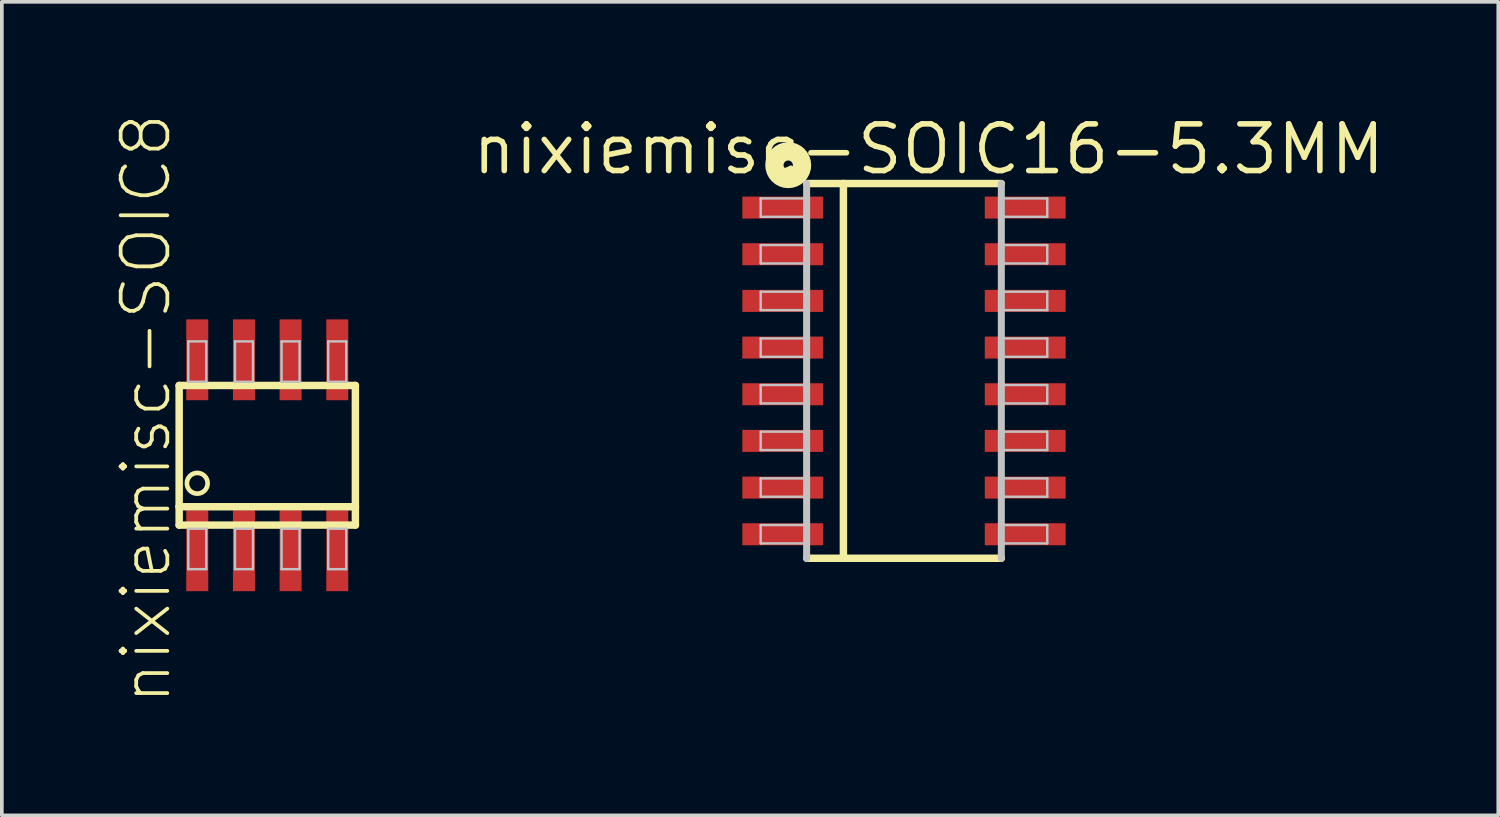
<source format=kicad_pcb>
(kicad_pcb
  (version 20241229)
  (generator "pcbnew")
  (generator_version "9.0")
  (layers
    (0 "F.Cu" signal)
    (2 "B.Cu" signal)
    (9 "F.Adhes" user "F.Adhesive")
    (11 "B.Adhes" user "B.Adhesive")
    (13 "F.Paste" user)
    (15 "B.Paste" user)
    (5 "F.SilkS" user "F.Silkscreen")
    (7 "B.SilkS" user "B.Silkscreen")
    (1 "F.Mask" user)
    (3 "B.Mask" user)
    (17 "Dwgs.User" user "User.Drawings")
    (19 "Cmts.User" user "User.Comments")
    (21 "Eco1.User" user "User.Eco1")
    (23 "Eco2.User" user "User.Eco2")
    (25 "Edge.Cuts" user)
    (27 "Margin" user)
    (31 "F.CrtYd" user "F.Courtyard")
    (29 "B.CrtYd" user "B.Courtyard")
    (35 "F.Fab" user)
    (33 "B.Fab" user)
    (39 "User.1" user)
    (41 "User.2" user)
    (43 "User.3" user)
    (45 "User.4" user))
  (footprint "nixiemisc-SOIC16-5.3MM"
    (layer "F.Cu")
    (at 21.549 7.043)
    (property "Reference" "nixiemisc-SOIC16-5.3MM" (at 0.673 -6.032 0) (layer "F.SilkS") (effects (font (size 1.27 1.27) (thickness 0.152))))
    (attr smd)
    (fp_line (start -2.649 -5.098) (end -1.648 -5.098) (stroke (width 0.203) (type solid)) (layer "F.SilkS"))
    (fp_line (start -1.648 -5.098) (end 2.649 -5.098) (stroke (width 0.203) (type solid)) (layer "F.SilkS"))
    (fp_line (start -1.648 5.098) (end -2.649 5.098) (stroke (width 0.203) (type solid)) (layer "F.SilkS"))
    (fp_line (start -1.648 5.098) (end -1.648 -5.098) (stroke (width 0.203) (type solid)) (layer "F.SilkS"))
    (fp_line (start 2.649 5.098) (end -1.648 5.098) (stroke (width 0.203) (type solid)) (layer "F.SilkS"))
    (fp_circle (center -3.15 -5.598) (end -3.15 -5.725) (stroke (width 0.498) (type solid)) (fill no) (layer "F.SilkS"))
    (fp_line (start -3.899 -4.194) (end -3.899 -4.694) (stroke (width 0.066) (type solid)) (layer "Dwgs.User"))
    (fp_line (start -3.899 -2.924) (end -3.899 -3.424) (stroke (width 0.066) (type solid)) (layer "Dwgs.User"))
    (fp_line (start -3.899 -1.654) (end -3.899 -2.154) (stroke (width 0.066) (type solid)) (layer "Dwgs.User"))
    (fp_line (start -3.899 -0.384) (end -3.899 -0.884) (stroke (width 0.066) (type solid)) (layer "Dwgs.User"))
    (fp_line (start -3.899 0.884) (end -3.899 0.384) (stroke (width 0.066) (type solid)) (layer "Dwgs.User"))
    (fp_line (start -3.899 2.154) (end -3.899 1.654) (stroke (width 0.066) (type solid)) (layer "Dwgs.User"))
    (fp_line (start -3.899 3.424) (end -3.899 2.924) (stroke (width 0.066) (type solid)) (layer "Dwgs.User"))
    (fp_line (start -3.899 4.694) (end -3.899 4.194) (stroke (width 0.066) (type solid)) (layer "Dwgs.User"))
    (fp_line (start -2.649 -5.098) (end -2.649 5.098) (stroke (width 0.191) (type solid)) (layer "Dwgs.User"))
    (fp_line (start -2.649 -4.694) (end -3.899 -4.694) (stroke (width 0.066) (type solid)) (layer "Dwgs.User"))
    (fp_line (start -2.649 -4.194) (end -3.899 -4.194) (stroke (width 0.066) (type solid)) (layer "Dwgs.User"))
    (fp_line (start -2.649 -4.194) (end -2.649 -4.694) (stroke (width 0.066) (type solid)) (layer "Dwgs.User"))
    (fp_line (start -2.649 -3.424) (end -3.899 -3.424) (stroke (width 0.066) (type solid)) (layer "Dwgs.User"))
    (fp_line (start -2.649 -2.924) (end -3.899 -2.924) (stroke (width 0.066) (type solid)) (layer "Dwgs.User"))
    (fp_line (start -2.649 -2.924) (end -2.649 -3.424) (stroke (width 0.066) (type solid)) (layer "Dwgs.User"))
    (fp_line (start -2.649 -2.154) (end -3.899 -2.154) (stroke (width 0.066) (type solid)) (layer "Dwgs.User"))
    (fp_line (start -2.649 -1.654) (end -3.899 -1.654) (stroke (width 0.066) (type solid)) (layer "Dwgs.User"))
    (fp_line (start -2.649 -1.654) (end -2.649 -2.154) (stroke (width 0.066) (type solid)) (layer "Dwgs.User"))
    (fp_line (start -2.649 -0.884) (end -3.899 -0.884) (stroke (width 0.066) (type solid)) (layer "Dwgs.User"))
    (fp_line (start -2.649 -0.384) (end -3.899 -0.384) (stroke (width 0.066) (type solid)) (layer "Dwgs.User"))
    (fp_line (start -2.649 -0.384) (end -2.649 -0.884) (stroke (width 0.066) (type solid)) (layer "Dwgs.User"))
    (fp_line (start -2.649 0.384) (end -3.899 0.384) (stroke (width 0.066) (type solid)) (layer "Dwgs.User"))
    (fp_line (start -2.649 0.884) (end -3.899 0.884) (stroke (width 0.066) (type solid)) (layer "Dwgs.User"))
    (fp_line (start -2.649 0.884) (end -2.649 0.384) (stroke (width 0.066) (type solid)) (layer "Dwgs.User"))
    (fp_line (start -2.649 1.654) (end -3.899 1.654) (stroke (width 0.066) (type solid)) (layer "Dwgs.User"))
    (fp_line (start -2.649 2.154) (end -3.899 2.154) (stroke (width 0.066) (type solid)) (layer "Dwgs.User"))
    (fp_line (start -2.649 2.154) (end -2.649 1.654) (stroke (width 0.066) (type solid)) (layer "Dwgs.User"))
    (fp_line (start -2.649 2.924) (end -3.899 2.924) (stroke (width 0.066) (type solid)) (layer "Dwgs.User"))
    (fp_line (start -2.649 3.424) (end -3.899 3.424) (stroke (width 0.066) (type solid)) (layer "Dwgs.User"))
    (fp_line (start -2.649 3.424) (end -2.649 2.924) (stroke (width 0.066) (type solid)) (layer "Dwgs.User"))
    (fp_line (start -2.649 4.194) (end -3.899 4.194) (stroke (width 0.066) (type solid)) (layer "Dwgs.User"))
    (fp_line (start -2.649 4.694) (end -3.899 4.694) (stroke (width 0.066) (type solid)) (layer "Dwgs.User"))
    (fp_line (start -2.649 4.694) (end -2.649 4.194) (stroke (width 0.066) (type solid)) (layer "Dwgs.User"))
    (fp_line (start 2.649 -5.098) (end 2.649 5.098) (stroke (width 0.191) (type solid)) (layer "Dwgs.User"))
    (fp_line (start 2.649 -4.694) (end 2.649 -4.194) (stroke (width 0.066) (type solid)) (layer "Dwgs.User"))
    (fp_line (start 2.649 -4.694) (end 3.899 -4.694) (stroke (width 0.066) (type solid)) (layer "Dwgs.User"))
    (fp_line (start 2.649 -4.194) (end 3.899 -4.194) (stroke (width 0.066) (type solid)) (layer "Dwgs.User"))
    (fp_line (start 2.649 -3.424) (end 2.649 -2.924) (stroke (width 0.066) (type solid)) (layer "Dwgs.User"))
    (fp_line (start 2.649 -3.424) (end 3.899 -3.424) (stroke (width 0.066) (type solid)) (layer "Dwgs.User"))
    (fp_line (start 2.649 -2.924) (end 3.899 -2.924) (stroke (width 0.066) (type solid)) (layer "Dwgs.User"))
    (fp_line (start 2.649 -2.154) (end 2.649 -1.654) (stroke (width 0.066) (type solid)) (layer "Dwgs.User"))
    (fp_line (start 2.649 -2.154) (end 3.899 -2.154) (stroke (width 0.066) (type solid)) (layer "Dwgs.User"))
    (fp_line (start 2.649 -1.654) (end 3.899 -1.654) (stroke (width 0.066) (type solid)) (layer "Dwgs.User"))
    (fp_line (start 2.649 -0.884) (end 2.649 -0.384) (stroke (width 0.066) (type solid)) (layer "Dwgs.User"))
    (fp_line (start 2.649 -0.884) (end 3.899 -0.884) (stroke (width 0.066) (type solid)) (layer "Dwgs.User"))
    (fp_line (start 2.649 -0.384) (end 3.899 -0.384) (stroke (width 0.066) (type solid)) (layer "Dwgs.User"))
    (fp_line (start 2.649 0.384) (end 2.649 0.884) (stroke (width 0.066) (type solid)) (layer "Dwgs.User"))
    (fp_line (start 2.649 0.384) (end 3.899 0.384) (stroke (width 0.066) (type solid)) (layer "Dwgs.User"))
    (fp_line (start 2.649 0.884) (end 3.899 0.884) (stroke (width 0.066) (type solid)) (layer "Dwgs.User"))
    (fp_line (start 2.649 1.654) (end 2.649 2.154) (stroke (width 0.066) (type solid)) (layer "Dwgs.User"))
    (fp_line (start 2.649 1.654) (end 3.899 1.654) (stroke (width 0.066) (type solid)) (layer "Dwgs.User"))
    (fp_line (start 2.649 2.154) (end 3.899 2.154) (stroke (width 0.066) (type solid)) (layer "Dwgs.User"))
    (fp_line (start 2.649 2.924) (end 2.649 3.424) (stroke (width 0.066) (type solid)) (layer "Dwgs.User"))
    (fp_line (start 2.649 2.924) (end 3.899 2.924) (stroke (width 0.066) (type solid)) (layer "Dwgs.User"))
    (fp_line (start 2.649 3.424) (end 3.899 3.424) (stroke (width 0.066) (type solid)) (layer "Dwgs.User"))
    (fp_line (start 2.649 4.194) (end 2.649 4.694) (stroke (width 0.066) (type solid)) (layer "Dwgs.User"))
    (fp_line (start 2.649 4.194) (end 3.899 4.194) (stroke (width 0.066) (type solid)) (layer "Dwgs.User"))
    (fp_line (start 2.649 4.694) (end 3.899 4.694) (stroke (width 0.066) (type solid)) (layer "Dwgs.User"))
    (fp_line (start 3.899 -4.694) (end 3.899 -4.194) (stroke (width 0.066) (type solid)) (layer "Dwgs.User"))
    (fp_line (start 3.899 -3.424) (end 3.899 -2.924) (stroke (width 0.066) (type solid)) (layer "Dwgs.User"))
    (fp_line (start 3.899 -2.154) (end 3.899 -1.654) (stroke (width 0.066) (type solid)) (layer "Dwgs.User"))
    (fp_line (start 3.899 -0.884) (end 3.899 -0.384) (stroke (width 0.066) (type solid)) (layer "Dwgs.User"))
    (fp_line (start 3.899 0.384) (end 3.899 0.884) (stroke (width 0.066) (type solid)) (layer "Dwgs.User"))
    (fp_line (start 3.899 1.654) (end 3.899 2.154) (stroke (width 0.066) (type solid)) (layer "Dwgs.User"))
    (fp_line (start 3.899 2.924) (end 3.899 3.424) (stroke (width 0.066) (type solid)) (layer "Dwgs.User"))
    (fp_line (start 3.899 4.194) (end 3.899 4.694) (stroke (width 0.066) (type solid)) (layer "Dwgs.User"))
    (pad "1" smd rect (at -3.299 -4.445 270) (size 0.599 2.2) (layers "F.Cu" "F.Mask" "F.Paste"))
    (pad "2" smd rect (at -3.299 -3.175 270) (size 0.599 2.2) (layers "F.Cu" "F.Mask" "F.Paste"))
    (pad "3" smd rect (at -3.299 -1.905 270) (size 0.599 2.2) (layers "F.Cu" "F.Mask" "F.Paste"))
    (pad "4" smd rect (at -3.299 -0.635 270) (size 0.599 2.2) (layers "F.Cu" "F.Mask" "F.Paste"))
    (pad "5" smd rect (at -3.299 0.635 270) (size 0.599 2.2) (layers "F.Cu" "F.Mask" "F.Paste"))
    (pad "6" smd rect (at -3.299 1.905 270) (size 0.599 2.2) (layers "F.Cu" "F.Mask" "F.Paste"))
    (pad "7" smd rect (at -3.299 3.175 270) (size 0.599 2.2) (layers "F.Cu" "F.Mask" "F.Paste"))
    (pad "8" smd rect (at -3.299 4.445 270) (size 0.599 2.2) (layers "F.Cu" "F.Mask" "F.Paste"))
    (pad "9" smd rect (at 3.299 4.445 270) (size 0.599 2.2) (layers "F.Cu" "F.Mask" "F.Paste"))
    (pad "10" smd rect (at 3.299 3.175 270) (size 0.599 2.2) (layers "F.Cu" "F.Mask" "F.Paste"))
    (pad "11" smd rect (at 3.299 1.905 270) (size 0.599 2.2) (layers "F.Cu" "F.Mask" "F.Paste"))
    (pad "12" smd rect (at 3.299 0.635 270) (size 0.599 2.2) (layers "F.Cu" "F.Mask" "F.Paste"))
    (pad "13" smd rect (at 3.299 -0.635 270) (size 0.599 2.2) (layers "F.Cu" "F.Mask" "F.Paste"))
    (pad "14" smd rect (at 3.299 -1.905 270) (size 0.599 2.2) (layers "F.Cu" "F.Mask" "F.Paste"))
    (pad "15" smd rect (at 3.299 -3.175 270) (size 0.599 2.2) (layers "F.Cu" "F.Mask" "F.Paste"))
    (pad "16" smd rect (at 3.299 -4.445 270) (size 0.599 2.2) (layers "F.Cu" "F.Mask" "F.Paste")))
  (footprint "nixiemisc-SOIC8"
    (layer "F.Cu")
    (at 4.223 9.339)
    (property "Reference" "nixiemisc-SOIC8" (at -3.302 -1.27 90) (layer "F.SilkS") (effects (font (size 1.27 1.27) (thickness 0.102))))
    (attr smd)
    (fp_line (start -2.398 -1.9) (end 2.398 -1.9) (stroke (width 0.203) (type solid)) (layer "F.SilkS"))
    (fp_line (start -2.398 1.4) (end -2.398 -1.9) (stroke (width 0.203) (type solid)) (layer "F.SilkS"))
    (fp_line (start -2.398 1.9) (end -2.398 1.4) (stroke (width 0.203) (type solid)) (layer "F.SilkS"))
    (fp_line (start 2.398 -1.9) (end 2.398 1.4) (stroke (width 0.203) (type solid)) (layer "F.SilkS"))
    (fp_line (start 2.398 1.4) (end -2.398 1.4) (stroke (width 0.203) (type solid)) (layer "F.SilkS"))
    (fp_line (start 2.398 1.4) (end 2.398 1.9) (stroke (width 0.203) (type solid)) (layer "F.SilkS"))
    (fp_line (start 2.398 1.9) (end -2.398 1.9) (stroke (width 0.203) (type solid)) (layer "F.SilkS"))
    (fp_circle (center -1.905 0.762) (end -1.905 0.48) (stroke (width 0.127) (type solid)) (fill no) (layer "F.SilkS"))
    (fp_line (start -2.149 -3.099) (end -1.659 -3.099) (stroke (width 0.066) (type solid)) (layer "Dwgs.User"))
    (fp_line (start -2.149 -1.999) (end -2.149 -3.099) (stroke (width 0.066) (type solid)) (layer "Dwgs.User"))
    (fp_line (start -2.149 -1.999) (end -1.659 -1.999) (stroke (width 0.066) (type solid)) (layer "Dwgs.User"))
    (fp_line (start -2.149 1.999) (end -1.659 1.999) (stroke (width 0.066) (type solid)) (layer "Dwgs.User"))
    (fp_line (start -2.149 3.099) (end -2.149 1.999) (stroke (width 0.066) (type solid)) (layer "Dwgs.User"))
    (fp_line (start -2.149 3.099) (end -1.659 3.099) (stroke (width 0.066) (type solid)) (layer "Dwgs.User"))
    (fp_line (start -1.659 -1.999) (end -1.659 -3.099) (stroke (width 0.066) (type solid)) (layer "Dwgs.User"))
    (fp_line (start -1.659 3.099) (end -1.659 1.999) (stroke (width 0.066) (type solid)) (layer "Dwgs.User"))
    (fp_line (start -0.879 -3.099) (end -0.389 -3.099) (stroke (width 0.066) (type solid)) (layer "Dwgs.User"))
    (fp_line (start -0.879 -1.999) (end -0.879 -3.099) (stroke (width 0.066) (type solid)) (layer "Dwgs.User"))
    (fp_line (start -0.879 -1.999) (end -0.389 -1.999) (stroke (width 0.066) (type solid)) (layer "Dwgs.User"))
    (fp_line (start -0.879 1.999) (end -0.389 1.999) (stroke (width 0.066) (type solid)) (layer "Dwgs.User"))
    (fp_line (start -0.879 3.099) (end -0.879 1.999) (stroke (width 0.066) (type solid)) (layer "Dwgs.User"))
    (fp_line (start -0.879 3.099) (end -0.389 3.099) (stroke (width 0.066) (type solid)) (layer "Dwgs.User"))
    (fp_line (start -0.389 -1.999) (end -0.389 -3.099) (stroke (width 0.066) (type solid)) (layer "Dwgs.User"))
    (fp_line (start -0.389 3.099) (end -0.389 1.999) (stroke (width 0.066) (type solid)) (layer "Dwgs.User"))
    (fp_line (start 0.389 -3.099) (end 0.879 -3.099) (stroke (width 0.066) (type solid)) (layer "Dwgs.User"))
    (fp_line (start 0.389 -1.999) (end 0.389 -3.099) (stroke (width 0.066) (type solid)) (layer "Dwgs.User"))
    (fp_line (start 0.389 -1.999) (end 0.879 -1.999) (stroke (width 0.066) (type solid)) (layer "Dwgs.User"))
    (fp_line (start 0.389 1.999) (end 0.879 1.999) (stroke (width 0.066) (type solid)) (layer "Dwgs.User"))
    (fp_line (start 0.389 3.099) (end 0.389 1.999) (stroke (width 0.066) (type solid)) (layer "Dwgs.User"))
    (fp_line (start 0.389 3.099) (end 0.879 3.099) (stroke (width 0.066) (type solid)) (layer "Dwgs.User"))
    (fp_line (start 0.879 -1.999) (end 0.879 -3.099) (stroke (width 0.066) (type solid)) (layer "Dwgs.User"))
    (fp_line (start 0.879 3.099) (end 0.879 1.999) (stroke (width 0.066) (type solid)) (layer "Dwgs.User"))
    (fp_line (start 1.659 -3.099) (end 2.149 -3.099) (stroke (width 0.066) (type solid)) (layer "Dwgs.User"))
    (fp_line (start 1.659 -1.999) (end 1.659 -3.099) (stroke (width 0.066) (type solid)) (layer "Dwgs.User"))
    (fp_line (start 1.659 -1.999) (end 2.149 -1.999) (stroke (width 0.066) (type solid)) (layer "Dwgs.User"))
    (fp_line (start 1.659 1.999) (end 2.149 1.999) (stroke (width 0.066) (type solid)) (layer "Dwgs.User"))
    (fp_line (start 1.659 3.099) (end 1.659 1.999) (stroke (width 0.066) (type solid)) (layer "Dwgs.User"))
    (fp_line (start 1.659 3.099) (end 2.149 3.099) (stroke (width 0.066) (type solid)) (layer "Dwgs.User"))
    (fp_line (start 2.149 -1.999) (end 2.149 -3.099) (stroke (width 0.066) (type solid)) (layer "Dwgs.User"))
    (fp_line (start 2.149 3.099) (end 2.149 1.999) (stroke (width 0.066) (type solid)) (layer "Dwgs.User"))
    (pad "1" smd rect (at -1.905 2.598) (size 0.599 2.2) (layers "F.Cu" "F.Mask" "F.Paste"))
    (pad "2" smd rect (at -0.635 2.598) (size 0.599 2.2) (layers "F.Cu" "F.Mask" "F.Paste"))
    (pad "3" smd rect (at 0.635 2.598) (size 0.599 2.2) (layers "F.Cu" "F.Mask" "F.Paste"))
    (pad "4" smd rect (at 1.905 2.598) (size 0.599 2.2) (layers "F.Cu" "F.Mask" "F.Paste"))
    (pad "5" smd rect (at 1.905 -2.598) (size 0.599 2.2) (layers "F.Cu" "F.Mask" "F.Paste"))
    (pad "6" smd rect (at 0.635 -2.598) (size 0.599 2.2) (layers "F.Cu" "F.Mask" "F.Paste"))
    (pad "7" smd rect (at -0.635 -2.598) (size 0.599 2.2) (layers "F.Cu" "F.Mask" "F.Paste"))
    (pad "8" smd rect (at -1.905 -2.598) (size 0.599 2.2) (layers "F.Cu" "F.Mask" "F.Paste")))
  (gr_rect
    (start -3 -3)
    (end 37.721 19.137)
    (stroke (width 0.1) (type default))
    (fill no)
    (layer "Edge.Cuts")))
</source>
